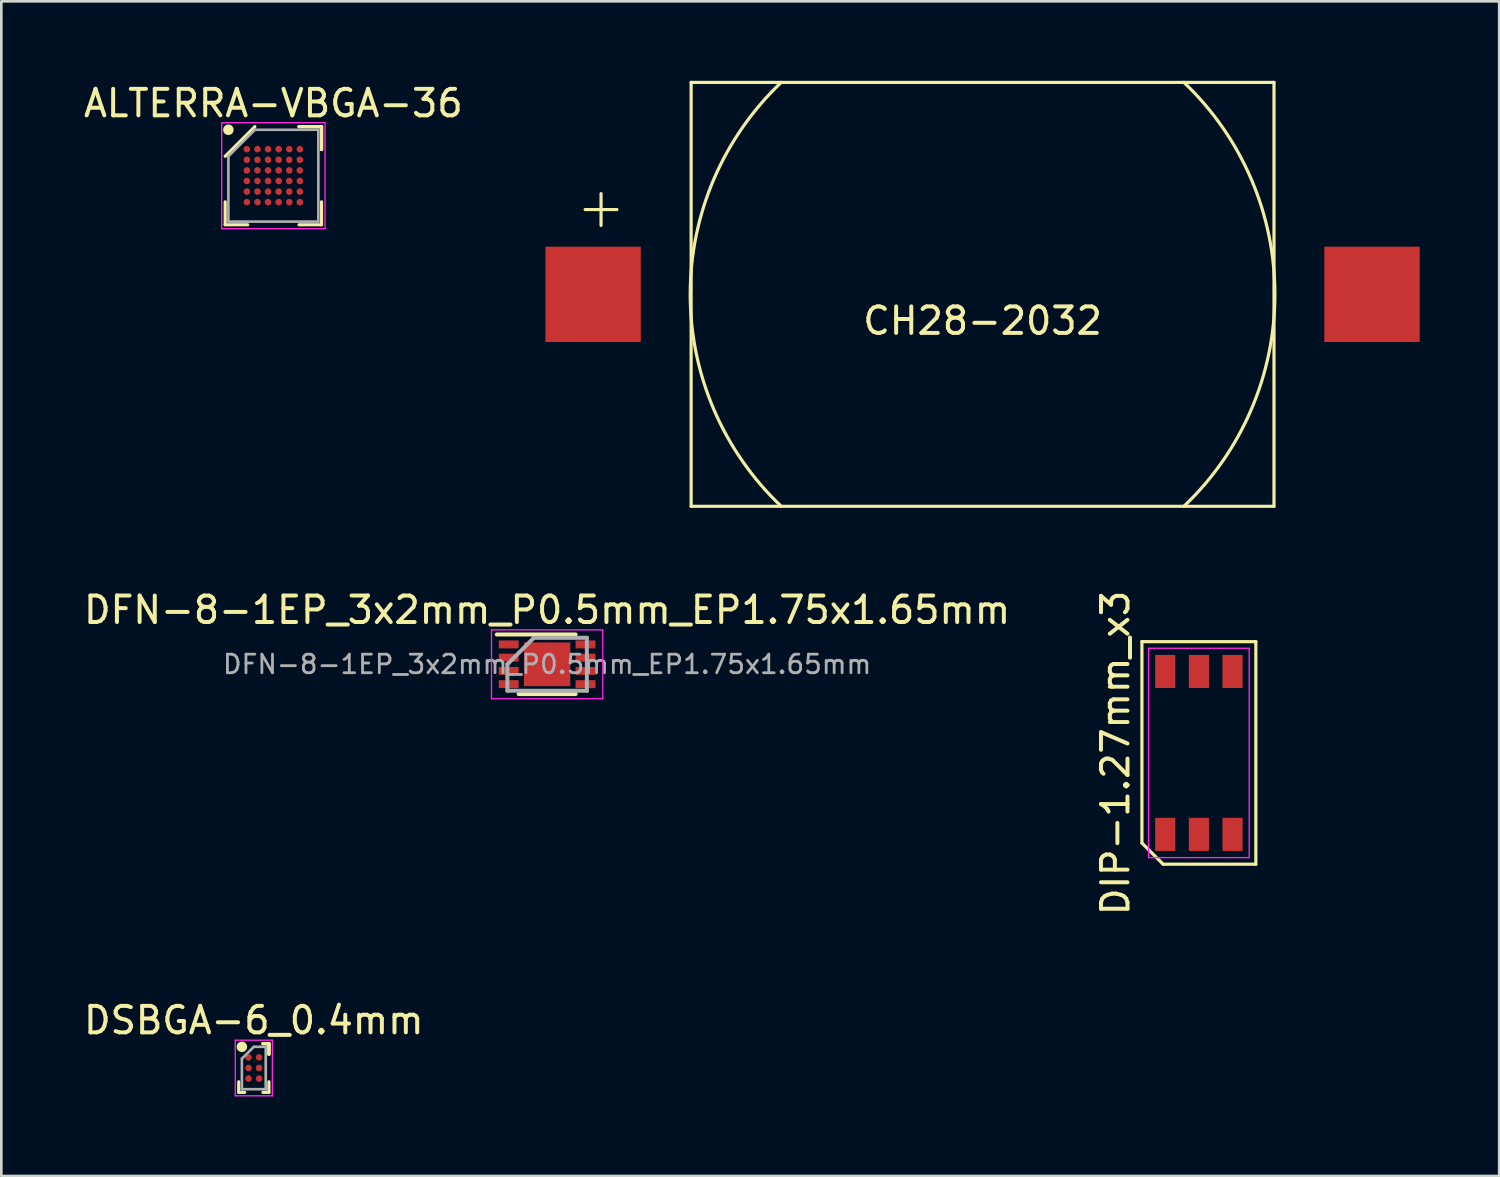
<source format=kicad_pcb>
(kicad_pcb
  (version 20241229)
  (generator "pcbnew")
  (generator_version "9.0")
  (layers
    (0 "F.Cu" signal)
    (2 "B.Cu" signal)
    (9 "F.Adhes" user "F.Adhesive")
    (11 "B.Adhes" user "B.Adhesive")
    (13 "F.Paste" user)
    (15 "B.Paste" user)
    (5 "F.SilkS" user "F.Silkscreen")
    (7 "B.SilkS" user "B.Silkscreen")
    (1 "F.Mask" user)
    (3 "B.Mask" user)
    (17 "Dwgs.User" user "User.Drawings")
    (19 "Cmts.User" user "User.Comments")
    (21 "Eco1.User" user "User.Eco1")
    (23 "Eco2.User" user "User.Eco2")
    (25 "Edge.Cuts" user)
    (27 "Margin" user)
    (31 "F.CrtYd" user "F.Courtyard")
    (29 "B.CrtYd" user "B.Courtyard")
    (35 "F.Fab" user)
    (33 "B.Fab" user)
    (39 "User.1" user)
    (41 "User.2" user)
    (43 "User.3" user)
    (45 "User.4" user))
  (footprint "CH28-2032"
    (layer "F.Cu")
    (at 34.036 8.06)
    (property "Reference" "CH28-2032" (at 0 1 0) (layer "F.SilkS") (effects (font (size 1 1) (thickness 0.15))))
    (attr through_hole)
    (fp_line (start -14.4 -3.8) (end -14.4 -2.6) (stroke (width 0.12) (type solid)) (layer "F.SilkS"))
    (fp_line (start -13.8 -3.2) (end -15 -3.2) (stroke (width 0.12) (type solid)) (layer "F.SilkS"))
    (fp_line (start -11 -8) (end 11 -8) (stroke (width 0.12) (type solid)) (layer "F.SilkS"))
    (fp_line (start -11 8) (end -11 -8) (stroke (width 0.12) (type solid)) (layer "F.SilkS"))
    (fp_line (start 11 -8) (end 11 8) (stroke (width 0.12) (type solid)) (layer "F.SilkS"))
    (fp_line (start 11 8) (end -11 8) (stroke (width 0.12) (type solid)) (layer "F.SilkS"))
    (fp_arc (start -7.594603 8.005122) (mid -11.03449 0.00372) (end -7.599999 -7.999999) (stroke (width 0.12) (type solid)) (layer "F.SilkS"))
    (fp_arc (start 7.599999 -7.999999) (mid 11.03449 0) (end 7.599999 7.999999) (stroke (width 0.12) (type solid)) (layer "F.SilkS"))
    (pad "1" smd rect (at -14.7 0) (size 3.6 3.6) (layers "F.Cu" "F.Mask" "F.Paste"))
    (pad "2" smd rect (at 14.7 0) (size 3.6 3.6) (layers "F.Cu" "F.Mask" "F.Paste")))
  (footprint "DFN-8-1EP_3x2mm_P0.5mm_EP1.75x1.65mm"
    (layer "F.Cu")
    (at 17.601 22.023)
    (property "Reference" "DFN-8-1EP_3x2mm_P0.5mm_EP1.75x1.65mm" (at 0 -2.05 0) (layer "F.SilkS") (effects (font (size 1 1) (thickness 0.15))))
    (attr smd)
    (fp_line (start -1.9 -1.125) (end 1.075 -1.125) (stroke (width 0.15) (type solid)) (layer "F.SilkS"))
    (fp_line (start -1.075 1.125) (end 1.075 1.125) (stroke (width 0.15) (type solid)) (layer "F.SilkS"))
    (fp_line (start -2.1 -1.3) (end -2.1 1.3) (stroke (width 0.05) (type solid)) (layer "F.CrtYd"))
    (fp_line (start -2.1 -1.3) (end 2.1 -1.3) (stroke (width 0.05) (type solid)) (layer "F.CrtYd"))
    (fp_line (start -2.1 1.3) (end 2.1 1.3) (stroke (width 0.05) (type solid)) (layer "F.CrtYd"))
    (fp_line (start 2.1 -1.3) (end 2.1 1.3) (stroke (width 0.05) (type solid)) (layer "F.CrtYd"))
    (fp_line (start -1.5 0) (end -0.5 -1) (stroke (width 0.15) (type solid)) (layer "F.Fab"))
    (fp_line (start -1.5 1) (end -1.5 0) (stroke (width 0.15) (type solid)) (layer "F.Fab"))
    (fp_line (start -0.5 -1) (end 1.5 -1) (stroke (width 0.15) (type solid)) (layer "F.Fab"))
    (fp_line (start 1.5 -1) (end 1.5 1) (stroke (width 0.15) (type solid)) (layer "F.Fab"))
    (fp_line (start 1.5 1) (end -1.5 1) (stroke (width 0.15) (type solid)) (layer "F.Fab"))
    (fp_text user "${REFERENCE}" (at 0 0 0) (layer "F.Fab") (effects (font (size 0.7 0.7) (thickness 0.105))))
    (pad "" smd rect (at -0.438 -0.362) (size 0.71 0.58) (layers "F.Paste"))
    (pad "" smd rect (at -0.438 0.362) (size 0.71 0.58) (layers "F.Paste"))
    (pad "" smd rect (at 0.438 -0.362) (size 0.71 0.58) (layers "F.Paste"))
    (pad "" smd rect (at 0.438 0.362) (size 0.71 0.58) (layers "F.Paste"))
    (pad "1" smd rect (at -1.45 -0.75) (size 0.75 0.3) (layers "F.Cu" "F.Mask" "F.Paste"))
    (pad "2" smd rect (at -1.45 -0.25) (size 0.75 0.3) (layers "F.Cu" "F.Mask" "F.Paste"))
    (pad "3" smd rect (at -1.45 0.25) (size 0.75 0.3) (layers "F.Cu" "F.Mask" "F.Paste"))
    (pad "4" smd rect (at -1.45 0.75) (size 0.75 0.3) (layers "F.Cu" "F.Mask" "F.Paste"))
    (pad "5" smd rect (at 1.45 0.75) (size 0.75 0.3) (layers "F.Cu" "F.Mask" "F.Paste"))
    (pad "6" smd rect (at 1.45 0.25) (size 0.75 0.3) (layers "F.Cu" "F.Mask" "F.Paste"))
    (pad "7" smd rect (at 1.45 -0.25) (size 0.75 0.3) (layers "F.Cu" "F.Mask" "F.Paste"))
    (pad "8" smd rect (at 1.45 -0.75) (size 0.75 0.3) (layers "F.Cu" "F.Mask" "F.Paste"))
    (pad "9" smd rect (at 0 0) (size 1.75 1.65) (layers "F.Cu" "F.Mask")))
  (footprint "ALTERRA-VBGA-36"
    (layer "F.Cu")
    (at 7.268 3.581)
    (property "Reference" "ALTERRA-VBGA-36" (at 0 -2.733 0) (layer "F.SilkS") (effects (font (size 1 1) (thickness 0.15))))
    (attr smd)
    (fp_line (start -1.818 1.853) (end -1.818 0.987) (stroke (width 0.12) (type solid)) (layer "F.SilkS"))
    (fp_line (start -0.969 1.853) (end -1.818 1.853) (stroke (width 0.12) (type solid)) (layer "F.SilkS"))
    (fp_line (start -0.698 -1.853) (end -1.818 -0.733) (stroke (width 0.12) (type solid)) (layer "F.SilkS"))
    (fp_line (start 0.969 -1.853) (end 1.818 -1.853) (stroke (width 0.12) (type solid)) (layer "F.SilkS"))
    (fp_line (start 0.969 -1.853) (end 1.818 -1.853) (stroke (width 0.12) (type solid)) (layer "F.SilkS"))
    (fp_line (start 0.969 -1.853) (end 1.818 -1.853) (stroke (width 0.12) (type solid)) (layer "F.SilkS"))
    (fp_line (start 0.969 1.853) (end 1.818 1.853) (stroke (width 0.12) (type solid)) (layer "F.SilkS"))
    (fp_line (start 1.818 -1.853) (end 1.818 -0.987) (stroke (width 0.12) (type solid)) (layer "F.SilkS"))
    (fp_line (start 1.818 -1.853) (end 1.818 -0.987) (stroke (width 0.12) (type solid)) (layer "F.SilkS"))
    (fp_line (start 1.818 -1.853) (end 1.818 -0.987) (stroke (width 0.12) (type solid)) (layer "F.SilkS"))
    (fp_line (start 1.818 1.853) (end 1.818 0.987) (stroke (width 0.12) (type solid)) (layer "F.SilkS"))
    (fp_circle (center -1.698 -1.733) (end -1.698 -1.633) (stroke (width 0.2) (type solid)) (fill no) (layer "F.SilkS"))
    (fp_line (start -1.95 -2) (end 1.95 -2) (stroke (width 0.05) (type solid)) (layer "F.CrtYd"))
    (fp_line (start -1.95 2) (end -1.95 -2) (stroke (width 0.05) (type solid)) (layer "F.CrtYd"))
    (fp_line (start 1.95 -2) (end 1.95 2) (stroke (width 0.05) (type solid)) (layer "F.CrtYd"))
    (fp_line (start 1.95 2) (end -1.95 2) (stroke (width 0.05) (type solid)) (layer "F.CrtYd"))
    (fp_line (start -1.698 -0.733) (end -1.698 1.733) (stroke (width 0.1) (type solid)) (layer "F.Fab"))
    (fp_line (start -1.698 1.733) (end 1.698 1.733) (stroke (width 0.1) (type solid)) (layer "F.Fab"))
    (fp_line (start -0.698 -1.733) (end -1.698 -0.733) (stroke (width 0.1) (type solid)) (layer "F.Fab"))
    (fp_line (start 1.698 -1.733) (end -0.698 -1.733) (stroke (width 0.1) (type solid)) (layer "F.Fab"))
    (fp_line (start 1.698 1.733) (end 1.698 -1.733) (stroke (width 0.1) (type solid)) (layer "F.Fab"))
    (pad "A1" smd circle (at -1 -1) (size 0.25 0.25) (layers "F.Cu" "F.Mask" "F.Paste"))
    (pad "A2" smd circle (at -0.6 -1) (size 0.25 0.25) (layers "F.Cu" "F.Mask" "F.Paste"))
    (pad "A3" smd circle (at -0.2 -1) (size 0.25 0.25) (layers "F.Cu" "F.Mask" "F.Paste"))
    (pad "A4" smd circle (at 0.2 -1) (size 0.25 0.25) (layers "F.Cu" "F.Mask" "F.Paste"))
    (pad "A5" smd circle (at 0.6 -1) (size 0.25 0.25) (layers "F.Cu" "F.Mask" "F.Paste"))
    (pad "A6" smd circle (at 1 -1) (size 0.25 0.25) (layers "F.Cu" "F.Mask" "F.Paste"))
    (pad "B1" smd circle (at -1 -0.6) (size 0.25 0.25) (layers "F.Cu" "F.Mask" "F.Paste"))
    (pad "B2" smd circle (at -0.6 -0.6) (size 0.25 0.25) (layers "F.Cu" "F.Mask" "F.Paste"))
    (pad "B3" smd circle (at -0.2 -0.6) (size 0.25 0.25) (layers "F.Cu" "F.Mask" "F.Paste"))
    (pad "B4" smd circle (at 0.2 -0.6) (size 0.25 0.25) (layers "F.Cu" "F.Mask" "F.Paste"))
    (pad "B5" smd circle (at 0.6 -0.6) (size 0.25 0.25) (layers "F.Cu" "F.Mask" "F.Paste"))
    (pad "B6" smd circle (at 1 -0.6) (size 0.25 0.25) (layers "F.Cu" "F.Mask" "F.Paste"))
    (pad "C1" smd circle (at -1 -0.2) (size 0.25 0.25) (layers "F.Cu" "F.Mask" "F.Paste"))
    (pad "C2" smd circle (at -0.6 -0.2) (size 0.25 0.25) (layers "F.Cu" "F.Mask" "F.Paste"))
    (pad "C3" smd circle (at -0.2 -0.2) (size 0.25 0.25) (layers "F.Cu" "F.Mask" "F.Paste"))
    (pad "C4" smd circle (at 0.2 -0.2) (size 0.25 0.25) (layers "F.Cu" "F.Mask" "F.Paste"))
    (pad "C5" smd circle (at 0.6 -0.2) (size 0.25 0.25) (layers "F.Cu" "F.Mask" "F.Paste"))
    (pad "C6" smd circle (at 1 -0.2) (size 0.25 0.25) (layers "F.Cu" "F.Mask" "F.Paste"))
    (pad "D1" smd circle (at -1 0.2) (size 0.25 0.25) (layers "F.Cu" "F.Mask" "F.Paste"))
    (pad "D2" smd circle (at -0.6 0.2) (size 0.25 0.25) (layers "F.Cu" "F.Mask" "F.Paste"))
    (pad "D3" smd circle (at -0.2 0.2) (size 0.25 0.25) (layers "F.Cu" "F.Mask" "F.Paste"))
    (pad "D4" smd circle (at 0.2 0.2) (size 0.25 0.25) (layers "F.Cu" "F.Mask" "F.Paste"))
    (pad "D5" smd circle (at 0.6 0.2) (size 0.25 0.25) (layers "F.Cu" "F.Mask" "F.Paste"))
    (pad "D6" smd circle (at 1 0.2) (size 0.25 0.25) (layers "F.Cu" "F.Mask" "F.Paste"))
    (pad "E1" smd circle (at -1 0.6) (size 0.25 0.25) (layers "F.Cu" "F.Mask" "F.Paste"))
    (pad "E2" smd circle (at -0.6 0.6) (size 0.25 0.25) (layers "F.Cu" "F.Mask" "F.Paste"))
    (pad "E3" smd circle (at -0.2 0.6) (size 0.25 0.25) (layers "F.Cu" "F.Mask" "F.Paste"))
    (pad "E4" smd circle (at 0.2 0.6) (size 0.25 0.25) (layers "F.Cu" "F.Mask" "F.Paste"))
    (pad "E5" smd circle (at 0.6 0.6) (size 0.25 0.25) (layers "F.Cu" "F.Mask" "F.Paste"))
    (pad "E6" smd circle (at 1 0.6) (size 0.25 0.25) (layers "F.Cu" "F.Mask" "F.Paste"))
    (pad "F1" smd circle (at -1 1) (size 0.25 0.25) (layers "F.Cu" "F.Mask" "F.Paste"))
    (pad "F2" smd circle (at -0.6 1) (size 0.25 0.25) (layers "F.Cu" "F.Mask" "F.Paste"))
    (pad "F3" smd circle (at -0.2 1) (size 0.25 0.25) (layers "F.Cu" "F.Mask" "F.Paste"))
    (pad "F4" smd circle (at 0.2 1) (size 0.25 0.25) (layers "F.Cu" "F.Mask" "F.Paste"))
    (pad "F5" smd circle (at 0.6 1) (size 0.25 0.25) (layers "F.Cu" "F.Mask" "F.Paste"))
    (pad "F6" smd circle (at 1 1) (size 0.25 0.25) (layers "F.Cu" "F.Mask" "F.Paste")))
  (footprint "DSBGA-6_0.4mm"
    (layer "F.Cu")
    (at 6.53 37.261)
    (property "Reference" "DSBGA-6_0.4mm" (at 0 -1.8 0) (layer "F.SilkS") (effects (font (size 1 1) (thickness 0.15))))
    (attr smd)
    (fp_line (start -0.57 0.92) (end -0.57 0.52) (stroke (width 0.12) (type solid)) (layer "F.SilkS"))
    (fp_line (start -0.345 0.92) (end -0.57 0.92) (stroke (width 0.12) (type solid)) (layer "F.SilkS"))
    (fp_line (start 0.345 -0.92) (end 0.57 -0.92) (stroke (width 0.12) (type solid)) (layer "F.SilkS"))
    (fp_line (start 0.345 -0.92) (end 0.57 -0.92) (stroke (width 0.12) (type solid)) (layer "F.SilkS"))
    (fp_line (start 0.345 -0.92) (end 0.57 -0.92) (stroke (width 0.12) (type solid)) (layer "F.SilkS"))
    (fp_line (start 0.345 0.92) (end 0.57 0.92) (stroke (width 0.12) (type solid)) (layer "F.SilkS"))
    (fp_line (start 0.57 -0.92) (end 0.57 -0.52) (stroke (width 0.12) (type solid)) (layer "F.SilkS"))
    (fp_line (start 0.57 -0.92) (end 0.57 -0.52) (stroke (width 0.12) (type solid)) (layer "F.SilkS"))
    (fp_line (start 0.57 -0.92) (end 0.57 -0.52) (stroke (width 0.12) (type solid)) (layer "F.SilkS"))
    (fp_line (start 0.57 0.92) (end 0.57 0.52) (stroke (width 0.12) (type solid)) (layer "F.SilkS"))
    (fp_circle (center -0.45 -0.8) (end -0.45 -0.7) (stroke (width 0.2) (type solid)) (fill no) (layer "F.SilkS"))
    (fp_line (start -0.7 -1.05) (end 0.7 -1.05) (stroke (width 0.05) (type solid)) (layer "F.CrtYd"))
    (fp_line (start -0.7 1.05) (end -0.7 -1.05) (stroke (width 0.05) (type solid)) (layer "F.CrtYd"))
    (fp_line (start 0.7 -1.05) (end 0.7 1.05) (stroke (width 0.05) (type solid)) (layer "F.CrtYd"))
    (fp_line (start 0.7 1.05) (end -0.7 1.05) (stroke (width 0.05) (type solid)) (layer "F.CrtYd"))
    (fp_line (start -0.45 -0.35) (end -0.45 0.8) (stroke (width 0.1) (type solid)) (layer "F.Fab"))
    (fp_line (start -0.45 0.8) (end 0.45 0.8) (stroke (width 0.1) (type solid)) (layer "F.Fab"))
    (fp_line (start 0 -0.8) (end -0.45 -0.35) (stroke (width 0.1) (type solid)) (layer "F.Fab"))
    (fp_line (start 0.45 -0.8) (end 0 -0.8) (stroke (width 0.1) (type solid)) (layer "F.Fab"))
    (fp_line (start 0.45 0.8) (end 0.45 -0.8) (stroke (width 0.1) (type solid)) (layer "F.Fab"))
    (pad "A1" smd circle (at -0.2 -0.4) (size 0.25 0.25) (layers "F.Cu" "F.Mask" "F.Paste"))
    (pad "A2" smd circle (at 0.2 -0.4) (size 0.25 0.25) (layers "F.Cu" "F.Mask" "F.Paste"))
    (pad "B1" smd circle (at -0.2 0) (size 0.25 0.25) (layers "F.Cu" "F.Mask" "F.Paste"))
    (pad "B2" smd circle (at 0.2 0) (size 0.25 0.25) (layers "F.Cu" "F.Mask" "F.Paste"))
    (pad "C1" smd circle (at -0.2 0.4) (size 0.25 0.25) (layers "F.Cu" "F.Mask" "F.Paste"))
    (pad "C2" smd circle (at 0.2 0.4) (size 0.25 0.25) (layers "F.Cu" "F.Mask" "F.Paste")))
  (footprint "DIP-1.27mm_x3"
    (layer "F.Cu")
    (at 42.201 25.369)
    (property "Reference" "DIP-1.27mm_x3" (at -3.15 0 90) (layer "F.SilkS") (effects (font (size 1 1) (thickness 0.15))))
    (attr smd)
    (fp_line (start -2.15 -4.2) (end 2.15 -4.2) (stroke (width 0.12) (type solid)) (layer "F.SilkS"))
    (fp_line (start -2.15 3.4) (end -2.15 -4.2) (stroke (width 0.12) (type solid)) (layer "F.SilkS"))
    (fp_line (start -1.35 4.2) (end -2.15 3.4) (stroke (width 0.12) (type solid)) (layer "F.SilkS"))
    (fp_line (start 2.15 -4.2) (end 2.15 4.2) (stroke (width 0.12) (type solid)) (layer "F.SilkS"))
    (fp_line (start 2.15 4.2) (end -1.35 4.2) (stroke (width 0.12) (type solid)) (layer "F.SilkS"))
    (fp_line (start -1.9 -3.95) (end 1.9 -3.95) (stroke (width 0.05) (type solid)) (layer "F.CrtYd"))
    (fp_line (start -1.9 3.95) (end -1.9 -3.95) (stroke (width 0.05) (type solid)) (layer "F.CrtYd"))
    (fp_line (start 1.9 -3.95) (end 1.9 3.95) (stroke (width 0.05) (type solid)) (layer "F.CrtYd"))
    (fp_line (start 1.9 3.95) (end -1.9 3.95) (stroke (width 0.05) (type solid)) (layer "F.CrtYd"))
    (pad "1" smd rect (at -1.27 3.075) (size 0.76 1.25) (layers "F.Cu" "F.Mask" "F.Paste"))
    (pad "2" smd rect (at 0 3.075) (size 0.76 1.25) (layers "F.Cu" "F.Mask" "F.Paste"))
    (pad "3" smd rect (at 1.27 3.075) (size 0.76 1.25) (layers "F.Cu" "F.Mask" "F.Paste"))
    (pad "4" smd rect (at 1.27 -3.075) (size 0.76 1.25) (layers "F.Cu" "F.Mask" "F.Paste"))
    (pad "5" smd rect (at 0 -3.075) (size 0.76 1.25) (layers "F.Cu" "F.Mask" "F.Paste"))
    (pad "6" smd rect (at -1.27 -3.075) (size 0.76 1.25) (layers "F.Cu" "F.Mask" "F.Paste")))
  (gr_rect
    (start -3 -3)
    (end 53.536 41.336)
    (stroke (width 0.1) (type default))
    (fill no)
    (layer "Edge.Cuts")))
</source>
